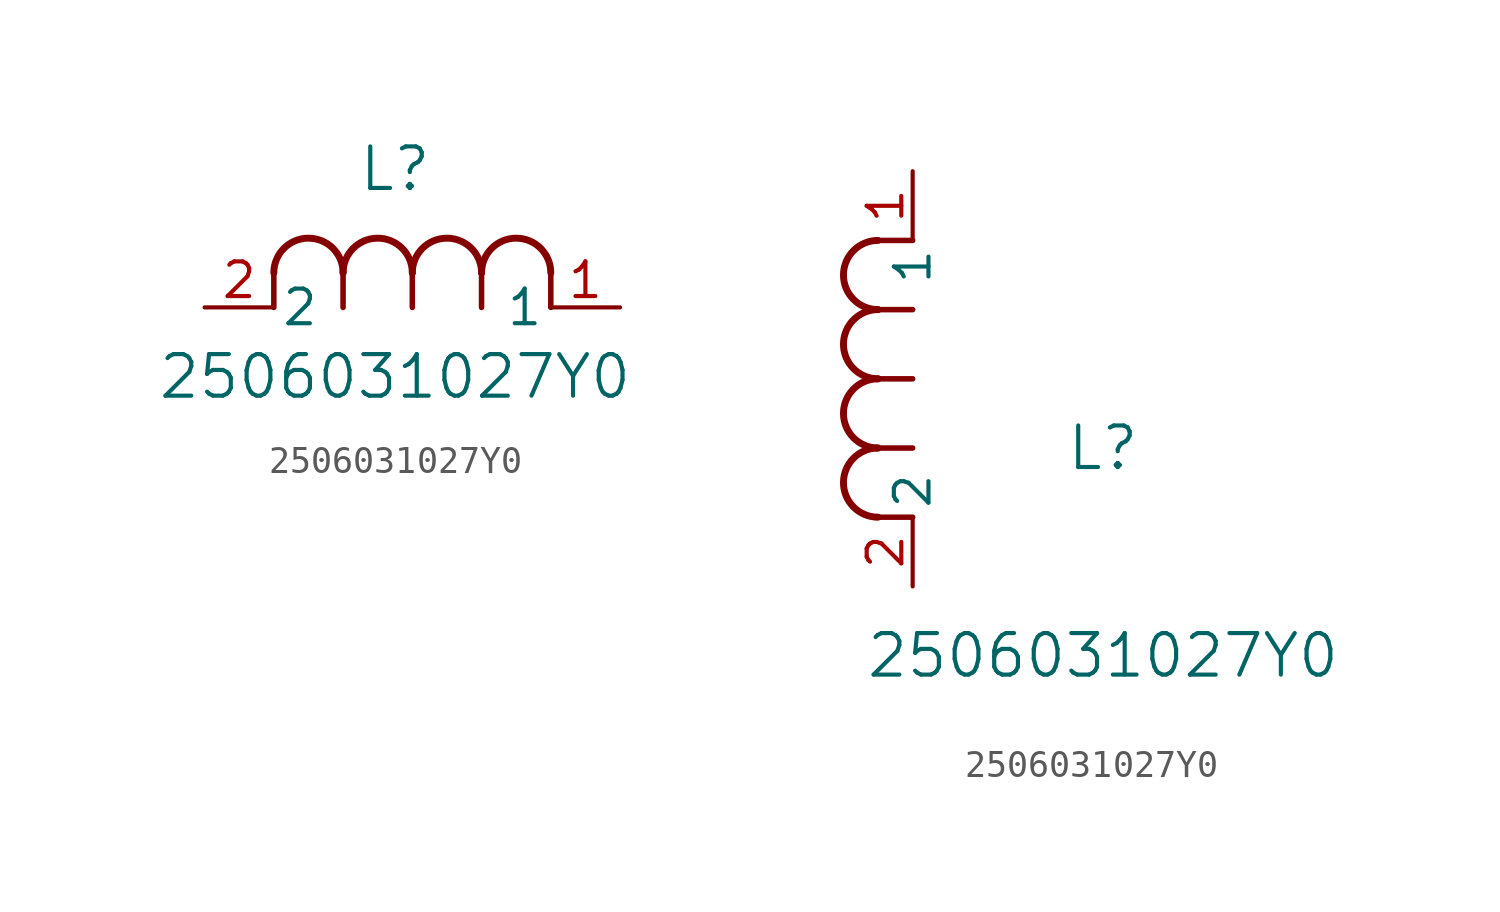
<source format=kicad_sym>
(kicad_symbol_lib
  (version 20211014)
  (generator kicad_symbol_editor)
  (symbol "2506031027Y0"
    (pin_names
      (offset 0.254))
    (property "Reference" "L"
      (at 6.985 5.08 0)
      (effects (font (size 1.524 1.524))))
    (property "Value" "2506031027Y0"
      (at 6.985 -2.54 0)
      (effects (font (size 1.524 1.524))))
    (symbol "2506031027Y0_1_1"
      (arc (start 7.62 1.27) (mid 6.35 2.54) (end 5.08 1.27) (stroke (width 0.254) (type default) (color 0 0 0 0)) (fill (type none)))
      (polyline (pts (xy 5.08 0) (xy 5.08 1.27)) (stroke (width 0.203) (type default) (color 0 0 0 0)) (fill (type none)))
      (polyline (pts (xy 7.62 0) (xy 7.62 1.27)) (stroke (width 0.203) (type default) (color 0 0 0 0)) (fill (type none)))
      (polyline (pts (xy 12.7 0) (xy 12.7 1.27)) (stroke (width 0.203) (type default) (color 0 0 0 0)) (fill (type none)))
      (arc (start 5.08 1.27) (mid 3.81 2.54) (end 2.54 1.27) (stroke (width 0.254) (type default) (color 0 0 0 0)) (fill (type none)))
      (arc (start 10.16 1.27) (mid 8.89 2.54) (end 7.62 1.27) (stroke (width 0.254) (type default) (color 0 0 0 0)) (fill (type none)))
      (arc (start 12.7 1.27) (mid 11.43 2.54) (end 10.16 1.27) (stroke (width 0.254) (type default) (color 0 0 0 0)) (fill (type none)))
      (polyline (pts (xy 2.54 0) (xy 2.54 1.27)) (stroke (width 0.203) (type default) (color 0 0 0 0)) (fill (type none)))
      (polyline (pts (xy 10.16 0) (xy 10.16 1.27)) (stroke (width 0.203) (type default) (color 0 0 0 0)) (fill (type none)))
      (pin unspecified line (at 0 0 0) (length 2.54) (name "2" (effects (font (size 1.27 1.27)))) (number "2" (effects (font (size 1.27 1.27)))))
      (pin unspecified line (at 15.24 0 180) (length 2.54) (name "1" (effects (font (size 1.27 1.27)))) (number "1" (effects (font (size 1.27 1.27))))))
    (symbol "2506031027Y0_1_2"
      (arc (start -1.27 7.62) (mid -2.54 6.35) (end -1.27 5.08) (stroke (width 0.254) (type default) (color 0 0 0 0)) (fill (type none)))
      (arc (start -1.27 5.08) (mid -2.54 3.81) (end -1.27 2.54) (stroke (width 0.254) (type default) (color 0 0 0 0)) (fill (type none)))
      (arc (start -1.27 12.7) (mid -2.54 11.43) (end -1.27 10.16) (stroke (width 0.254) (type default) (color 0 0 0 0)) (fill (type none)))
      (arc (start -1.27 10.16) (mid -2.54 8.89) (end -1.27 7.62) (stroke (width 0.254) (type default) (color 0 0 0 0)) (fill (type none)))
      (polyline (pts (xy 0 7.62) (xy -1.27 7.62)) (stroke (width 0.203) (type default) (color 0 0 0 0)) (fill (type none)))
      (polyline (pts (xy 0 5.08) (xy -1.27 5.08)) (stroke (width 0.203) (type default) (color 0 0 0 0)) (fill (type none)))
      (polyline (pts (xy 0 12.7) (xy -1.27 12.7)) (stroke (width 0.203) (type default) (color 0 0 0 0)) (fill (type none)))
      (polyline (pts (xy 0 2.54) (xy -1.27 2.54)) (stroke (width 0.203) (type default) (color 0 0 0 0)) (fill (type none)))
      (polyline (pts (xy 0 10.16) (xy -1.27 10.16)) (stroke (width 0.203) (type default) (color 0 0 0 0)) (fill (type none)))
      (pin unspecified line (at 0 0 90) (length 2.54) (name "2" (effects (font (size 1.27 1.27)))) (number "2" (effects (font (size 1.27 1.27)))))
      (pin unspecified line (at 0 15.24 270) (length 2.54) (name "1" (effects (font (size 1.27 1.27)))) (number "1" (effects (font (size 1.27 1.27))))))))
</source>
